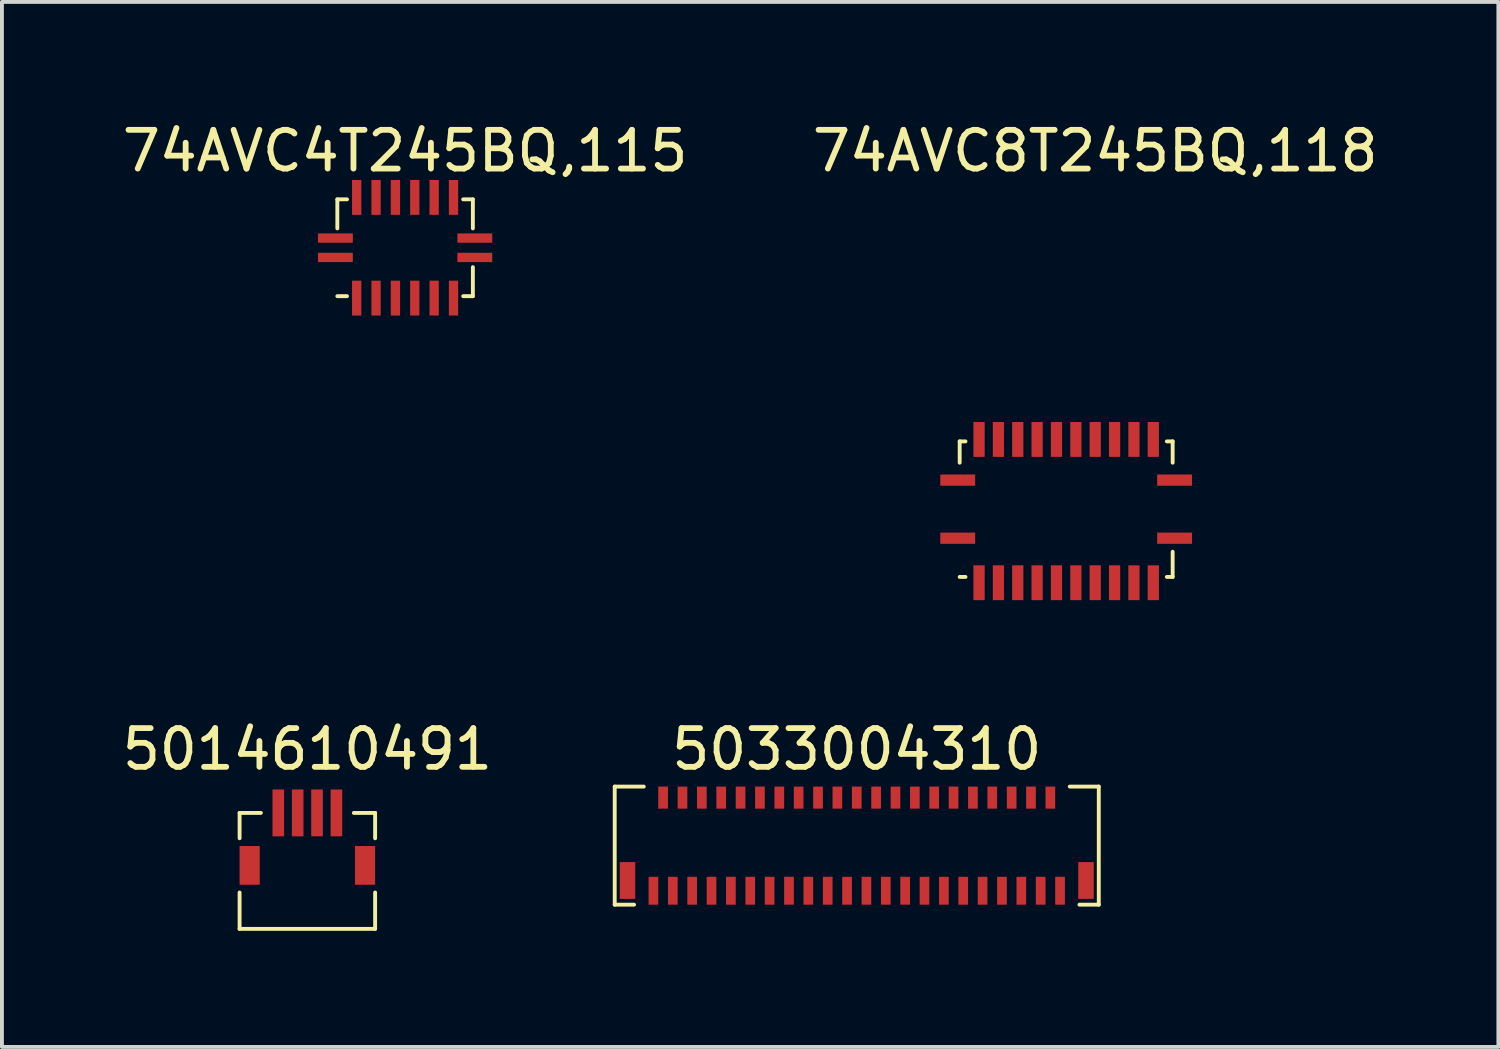
<source format=kicad_pcb>
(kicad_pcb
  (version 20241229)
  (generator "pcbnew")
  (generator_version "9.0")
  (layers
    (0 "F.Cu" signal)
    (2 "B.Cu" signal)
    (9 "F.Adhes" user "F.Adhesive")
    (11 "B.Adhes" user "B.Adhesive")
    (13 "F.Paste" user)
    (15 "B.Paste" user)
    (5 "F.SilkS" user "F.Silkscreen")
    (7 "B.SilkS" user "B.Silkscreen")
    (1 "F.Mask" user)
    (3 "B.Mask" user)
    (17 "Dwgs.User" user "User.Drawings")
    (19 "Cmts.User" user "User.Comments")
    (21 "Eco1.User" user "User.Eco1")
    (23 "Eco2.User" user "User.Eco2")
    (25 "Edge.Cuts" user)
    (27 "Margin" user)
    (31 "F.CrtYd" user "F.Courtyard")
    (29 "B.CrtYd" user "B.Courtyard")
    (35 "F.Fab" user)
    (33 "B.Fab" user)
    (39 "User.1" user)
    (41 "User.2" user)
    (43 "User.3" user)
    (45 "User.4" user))
  (footprint "74AVC8T245BQ,118"
    (layer "F.Cu")
    (at 24.482 10.098)
    (property "Reference" "74AVC8T245BQ,118" (at 0.75 -9.25 0) (layer "F.SilkS") (effects (font (size 1 1) (thickness 0.15))))
    (attr through_hole)
    (fp_line (start -2.75 -1.2) (end -2.75 -1.75) (stroke (width 0.1) (type solid)) (layer "F.SilkS"))
    (fp_line (start -2.6 -1.75) (end -2.75 -1.75) (stroke (width 0.1) (type solid)) (layer "F.SilkS"))
    (fp_line (start -2.6 1.75) (end -2.75 1.75) (stroke (width 0.1) (type solid)) (layer "F.SilkS"))
    (fp_line (start 2.6 -1.75) (end 2.75 -1.75) (stroke (width 0.1) (type solid)) (layer "F.SilkS"))
    (fp_line (start 2.6 1.75) (end 2.75 1.75) (stroke (width 0.1) (type solid)) (layer "F.SilkS"))
    (fp_line (start 2.75 -1.75) (end 2.75 -1.2) (stroke (width 0.1) (type solid)) (layer "F.SilkS"))
    (fp_line (start 2.75 1.75) (end 2.75 1.1) (stroke (width 0.1) (type solid)) (layer "F.SilkS"))
    (pad "1" smd rect (at -2.8 0.75 90) (size 0.29 0.9) (layers "F.Cu" "F.Mask" "F.Paste"))
    (pad "2" smd rect (at -2.25 1.9 180) (size 0.29 0.9) (layers "F.Cu" "F.Mask" "F.Paste"))
    (pad "3" smd rect (at -1.75 1.9 180) (size 0.29 0.9) (layers "F.Cu" "F.Mask" "F.Paste"))
    (pad "4" smd rect (at -1.25 1.9 180) (size 0.29 0.9) (layers "F.Cu" "F.Mask" "F.Paste"))
    (pad "5" smd rect (at -0.75 1.9 180) (size 0.29 0.9) (layers "F.Cu" "F.Mask" "F.Paste"))
    (pad "6" smd rect (at -0.25 1.9 180) (size 0.29 0.9) (layers "F.Cu" "F.Mask" "F.Paste"))
    (pad "7" smd rect (at 0.25 1.9 180) (size 0.29 0.9) (layers "F.Cu" "F.Mask" "F.Paste"))
    (pad "8" smd rect (at 0.75 1.9 180) (size 0.29 0.9) (layers "F.Cu" "F.Mask" "F.Paste"))
    (pad "9" smd rect (at 1.25 1.9 180) (size 0.29 0.9) (layers "F.Cu" "F.Mask" "F.Paste"))
    (pad "10" smd rect (at 1.75 1.9 180) (size 0.29 0.9) (layers "F.Cu" "F.Mask" "F.Paste"))
    (pad "11" smd rect (at 2.25 1.9 180) (size 0.29 0.9) (layers "F.Cu" "F.Mask" "F.Paste"))
    (pad "12" smd rect (at 2.8 0.75 270) (size 0.29 0.9) (layers "F.Cu" "F.Mask" "F.Paste"))
    (pad "13" smd rect (at 2.8 -0.75 270) (size 0.29 0.9) (layers "F.Cu" "F.Mask" "F.Paste"))
    (pad "14" smd rect (at 2.25 -1.8) (size 0.29 0.9) (layers "F.Cu" "F.Mask" "F.Paste"))
    (pad "15" smd rect (at 1.75 -1.8) (size 0.29 0.9) (layers "F.Cu" "F.Mask" "F.Paste"))
    (pad "16" smd rect (at 1.25 -1.8) (size 0.29 0.9) (layers "F.Cu" "F.Mask" "F.Paste"))
    (pad "17" smd rect (at 0.75 -1.8) (size 0.29 0.9) (layers "F.Cu" "F.Mask" "F.Paste"))
    (pad "18" smd rect (at 0.25 -1.8) (size 0.29 0.9) (layers "F.Cu" "F.Mask" "F.Paste"))
    (pad "19" smd rect (at -0.25 -1.8) (size 0.29 0.9) (layers "F.Cu" "F.Mask" "F.Paste"))
    (pad "20" smd rect (at -0.75 -1.8) (size 0.29 0.9) (layers "F.Cu" "F.Mask" "F.Paste"))
    (pad "21" smd rect (at -1.25 -1.8) (size 0.29 0.9) (layers "F.Cu" "F.Mask" "F.Paste"))
    (pad "22" smd rect (at -1.75 -1.8) (size 0.29 0.9) (layers "F.Cu" "F.Mask" "F.Paste"))
    (pad "23" smd rect (at -2.25 -1.8) (size 0.29 0.9) (layers "F.Cu" "F.Mask" "F.Paste"))
    (pad "24" smd rect (at -2.8 -0.75 90) (size 0.29 0.9) (layers "F.Cu" "F.Mask" "F.Paste")))
  (footprint "74AVC4T245BQ,115"
    (layer "F.Cu")
    (at 7.411 3.348)
    (property "Reference" "74AVC4T245BQ,115" (at 0 -2.5 0) (layer "F.SilkS") (effects (font (size 1 1) (thickness 0.15))))
    (attr through_hole)
    (fp_line (start -1.75 -1.25) (end -1.5 -1.25) (stroke (width 0.1) (type solid)) (layer "F.SilkS"))
    (fp_line (start -1.75 -0.5) (end -1.75 -1.25) (stroke (width 0.1) (type solid)) (layer "F.SilkS"))
    (fp_line (start -1.75 1.25) (end -1.5 1.25) (stroke (width 0.1) (type solid)) (layer "F.SilkS"))
    (fp_line (start 1.5 -1.25) (end 1.75 -1.25) (stroke (width 0.1) (type solid)) (layer "F.SilkS"))
    (fp_line (start 1.75 -0.5) (end 1.75 -1.25) (stroke (width 0.1) (type solid)) (layer "F.SilkS"))
    (fp_line (start 1.75 0.5) (end 1.75 1.25) (stroke (width 0.1) (type solid)) (layer "F.SilkS"))
    (fp_line (start 1.75 1.25) (end 1.5 1.25) (stroke (width 0.1) (type solid)) (layer "F.SilkS"))
    (pad "1" smd rect (at -1.8 0.25 90) (size 0.24 0.9) (layers "F.Cu" "F.Mask" "F.Paste"))
    (pad "2" smd rect (at -1.25 1.3) (size 0.24 0.9) (layers "F.Cu" "F.Mask" "F.Paste"))
    (pad "3" smd rect (at -0.75 1.3) (size 0.24 0.9) (layers "F.Cu" "F.Mask" "F.Paste"))
    (pad "4" smd rect (at -0.25 1.3) (size 0.24 0.9) (layers "F.Cu" "F.Mask" "F.Paste"))
    (pad "5" smd rect (at 0.25 1.3) (size 0.24 0.9) (layers "F.Cu" "F.Mask" "F.Paste"))
    (pad "6" smd rect (at 0.75 1.3) (size 0.24 0.9) (layers "F.Cu" "F.Mask" "F.Paste"))
    (pad "7" smd rect (at 1.25 1.3) (size 0.24 0.9) (layers "F.Cu" "F.Mask" "F.Paste"))
    (pad "8" smd rect (at 1.8 0.25 90) (size 0.24 0.9) (layers "F.Cu" "F.Mask" "F.Paste"))
    (pad "9" smd rect (at 1.8 -0.25 90) (size 0.24 0.9) (layers "F.Cu" "F.Mask" "F.Paste"))
    (pad "10" smd rect (at 1.25 -1.3) (size 0.24 0.9) (layers "F.Cu" "F.Mask" "F.Paste"))
    (pad "11" smd rect (at 0.75 -1.3) (size 0.24 0.9) (layers "F.Cu" "F.Mask" "F.Paste"))
    (pad "12" smd rect (at 0.25 -1.3) (size 0.24 0.9) (layers "F.Cu" "F.Mask" "F.Paste"))
    (pad "13" smd rect (at -0.25 -1.3) (size 0.24 0.9) (layers "F.Cu" "F.Mask" "F.Paste"))
    (pad "14" smd rect (at -0.75 -1.3) (size 0.24 0.9) (layers "F.Cu" "F.Mask" "F.Paste"))
    (pad "15" smd rect (at -1.25 -1.3) (size 0.24 0.9) (layers "F.Cu" "F.Mask" "F.Paste"))
    (pad "16" smd rect (at -1.8 -0.25 90) (size 0.24 0.9) (layers "F.Cu" "F.Mask" "F.Paste")))
  (footprint "5033004310"
    (layer "F.Cu")
    (at 19.074 17.547)
    (property "Reference" "5033004310" (at 0 -1.25 0) (layer "F.SilkS") (effects (font (size 1 1) (thickness 0.15))))
    (attr through_hole)
    (fp_line (start -6.25 -0.285) (end -6.25 2.765) (stroke (width 0.1) (type solid)) (layer "F.SilkS"))
    (fp_line (start -6.25 -0.285) (end -5.5 -0.285) (stroke (width 0.1) (type solid)) (layer "F.SilkS"))
    (fp_line (start -6.25 2.765) (end -5.75 2.765) (stroke (width 0.1) (type solid)) (layer "F.SilkS"))
    (fp_line (start 6.25 -0.285) (end 5.5 -0.285) (stroke (width 0.1) (type solid)) (layer "F.SilkS"))
    (fp_line (start 6.25 -0.285) (end 6.25 2.765) (stroke (width 0.1) (type solid)) (layer "F.SilkS"))
    (fp_line (start 6.25 2.765) (end 5.75 2.765) (stroke (width 0.1) (type solid)) (layer "F.SilkS"))
    (pad "1" smd rect (at 5.25 2.405) (size 0.25 0.72) (layers "F.Cu" "F.Mask" "F.Paste"))
    (pad "2" smd rect (at 5 0) (size 0.25 0.57) (layers "F.Cu" "F.Mask" "F.Paste"))
    (pad "3" smd rect (at 4.75 2.405) (size 0.25 0.72) (layers "F.Cu" "F.Mask" "F.Paste"))
    (pad "4" smd rect (at 4.5 0) (size 0.25 0.57) (layers "F.Cu" "F.Mask" "F.Paste"))
    (pad "5" smd rect (at 4.25 2.405) (size 0.25 0.72) (layers "F.Cu" "F.Mask" "F.Paste"))
    (pad "6" smd rect (at 4 0) (size 0.25 0.57) (layers "F.Cu" "F.Mask" "F.Paste"))
    (pad "7" smd rect (at 3.75 2.405) (size 0.25 0.72) (layers "F.Cu" "F.Mask" "F.Paste"))
    (pad "8" smd rect (at 3.5 0) (size 0.25 0.57) (layers "F.Cu" "F.Mask" "F.Paste"))
    (pad "9" smd rect (at 3.25 2.405) (size 0.25 0.72) (layers "F.Cu" "F.Mask" "F.Paste"))
    (pad "10" smd rect (at 3 0) (size 0.25 0.57) (layers "F.Cu" "F.Mask" "F.Paste"))
    (pad "11" smd rect (at 2.75 2.405) (size 0.25 0.72) (layers "F.Cu" "F.Mask" "F.Paste"))
    (pad "12" smd rect (at 2.5 0) (size 0.25 0.57) (layers "F.Cu" "F.Mask" "F.Paste"))
    (pad "13" smd rect (at 2.25 2.405) (size 0.25 0.72) (layers "F.Cu" "F.Mask" "F.Paste"))
    (pad "14" smd rect (at 2 0) (size 0.25 0.57) (layers "F.Cu" "F.Mask" "F.Paste"))
    (pad "15" smd rect (at 1.75 2.405) (size 0.25 0.72) (layers "F.Cu" "F.Mask" "F.Paste"))
    (pad "16" smd rect (at 1.5 0) (size 0.25 0.57) (layers "F.Cu" "F.Mask" "F.Paste"))
    (pad "17" smd rect (at 1.25 2.405) (size 0.25 0.72) (layers "F.Cu" "F.Mask" "F.Paste"))
    (pad "18" smd rect (at 1 0) (size 0.25 0.57) (layers "F.Cu" "F.Mask" "F.Paste"))
    (pad "19" smd rect (at 0.75 2.405) (size 0.25 0.72) (layers "F.Cu" "F.Mask" "F.Paste"))
    (pad "20" smd rect (at 0.5 0) (size 0.25 0.57) (layers "F.Cu" "F.Mask" "F.Paste"))
    (pad "21" smd rect (at 0.25 2.405) (size 0.25 0.72) (layers "F.Cu" "F.Mask" "F.Paste"))
    (pad "22" smd rect (at 0 0) (size 0.25 0.57) (layers "F.Cu" "F.Mask" "F.Paste"))
    (pad "23" smd rect (at -0.25 2.405) (size 0.25 0.72) (layers "F.Cu" "F.Mask" "F.Paste"))
    (pad "24" smd rect (at -0.5 0) (size 0.25 0.57) (layers "F.Cu" "F.Mask" "F.Paste"))
    (pad "25" smd rect (at -0.75 2.405) (size 0.25 0.72) (layers "F.Cu" "F.Mask" "F.Paste"))
    (pad "26" smd rect (at -1 0) (size 0.25 0.57) (layers "F.Cu" "F.Mask" "F.Paste"))
    (pad "27" smd rect (at -1.25 2.405) (size 0.25 0.72) (layers "F.Cu" "F.Mask" "F.Paste"))
    (pad "28" smd rect (at -1.5 0) (size 0.25 0.57) (layers "F.Cu" "F.Mask" "F.Paste"))
    (pad "29" smd rect (at -1.75 2.405) (size 0.25 0.72) (layers "F.Cu" "F.Mask" "F.Paste"))
    (pad "30" smd rect (at -2 0) (size 0.25 0.57) (layers "F.Cu" "F.Mask" "F.Paste"))
    (pad "31" smd rect (at -2.25 2.405) (size 0.25 0.72) (layers "F.Cu" "F.Mask" "F.Paste"))
    (pad "32" smd rect (at -2.5 0) (size 0.25 0.57) (layers "F.Cu" "F.Mask" "F.Paste"))
    (pad "33" smd rect (at -2.75 2.405) (size 0.25 0.72) (layers "F.Cu" "F.Mask" "F.Paste"))
    (pad "34" smd rect (at -3 0) (size 0.25 0.57) (layers "F.Cu" "F.Mask" "F.Paste"))
    (pad "35" smd rect (at -3.25 2.405) (size 0.25 0.72) (layers "F.Cu" "F.Mask" "F.Paste"))
    (pad "36" smd rect (at -3.5 0) (size 0.25 0.57) (layers "F.Cu" "F.Mask" "F.Paste"))
    (pad "37" smd rect (at -3.75 2.405) (size 0.25 0.72) (layers "F.Cu" "F.Mask" "F.Paste"))
    (pad "38" smd rect (at -4 0) (size 0.25 0.57) (layers "F.Cu" "F.Mask" "F.Paste"))
    (pad "39" smd rect (at -4.25 2.405) (size 0.25 0.72) (layers "F.Cu" "F.Mask" "F.Paste"))
    (pad "40" smd rect (at -4.5 0) (size 0.25 0.57) (layers "F.Cu" "F.Mask" "F.Paste"))
    (pad "41" smd rect (at -4.75 2.405) (size 0.25 0.72) (layers "F.Cu" "F.Mask" "F.Paste"))
    (pad "42" smd rect (at -5 0) (size 0.25 0.57) (layers "F.Cu" "F.Mask" "F.Paste"))
    (pad "43" smd rect (at -5.25 2.405) (size 0.25 0.72) (layers "F.Cu" "F.Mask" "F.Paste"))
    (pad "MP" smd rect (at -5.92 2.14) (size 0.4 0.95) (layers "F.Cu" "F.Mask" "F.Paste"))
    (pad "MP" smd rect (at 5.92 2.14) (size 0.4 0.95) (layers "F.Cu" "F.Mask" "F.Paste")))
  (footprint "5014610491"
    (layer "F.Cu")
    (at 4.887 19.297)
    (property "Reference" "5014610491" (at 0 -3 0) (layer "F.SilkS") (effects (font (size 1 1) (thickness 0.15))))
    (attr through_hole)
    (fp_line (start -1.75 -1.355) (end -1.75 -0.7) (stroke (width 0.1) (type solid)) (layer "F.SilkS"))
    (fp_line (start -1.75 0.7) (end -1.75 1.64) (stroke (width 0.1) (type solid)) (layer "F.SilkS"))
    (fp_line (start -1.75 1.64) (end 1.75 1.64) (stroke (width 0.1) (type solid)) (layer "F.SilkS"))
    (fp_line (start -1.2 -1.355) (end -1.75 -1.355) (stroke (width 0.1) (type solid)) (layer "F.SilkS"))
    (fp_line (start 1.2 -1.355) (end 1.75 -1.355) (stroke (width 0.1) (type solid)) (layer "F.SilkS"))
    (fp_line (start 1.75 -1.355) (end 1.75 -0.7) (stroke (width 0.1) (type solid)) (layer "F.SilkS"))
    (fp_line (start 1.75 0.7) (end 1.75 1.64) (stroke (width 0.1) (type solid)) (layer "F.SilkS"))
    (pad "1" smd rect (at -0.75 -1.355) (size 0.3 1.21) (layers "F.Cu" "F.Mask" "F.Paste"))
    (pad "2" smd rect (at -0.25 -1.355) (size 0.3 1.21) (layers "F.Cu" "F.Mask" "F.Paste"))
    (pad "3" smd rect (at 0.25 -1.355) (size 0.3 1.21) (layers "F.Cu" "F.Mask" "F.Paste"))
    (pad "4" smd rect (at 0.75 -1.355) (size 0.3 1.21) (layers "F.Cu" "F.Mask" "F.Paste"))
    (pad "MP" smd rect (at -1.49 0) (size 0.52 1) (layers "F.Cu" "F.Mask" "F.Paste"))
    (pad "MP" smd rect (at 1.49 0) (size 0.52 1) (layers "F.Cu" "F.Mask" "F.Paste")))
  (gr_rect
    (start -3 -3)
    (end 35.643 23.986)
    (stroke (width 0.1) (type default))
    (fill no)
    (layer "Edge.Cuts")))
</source>
